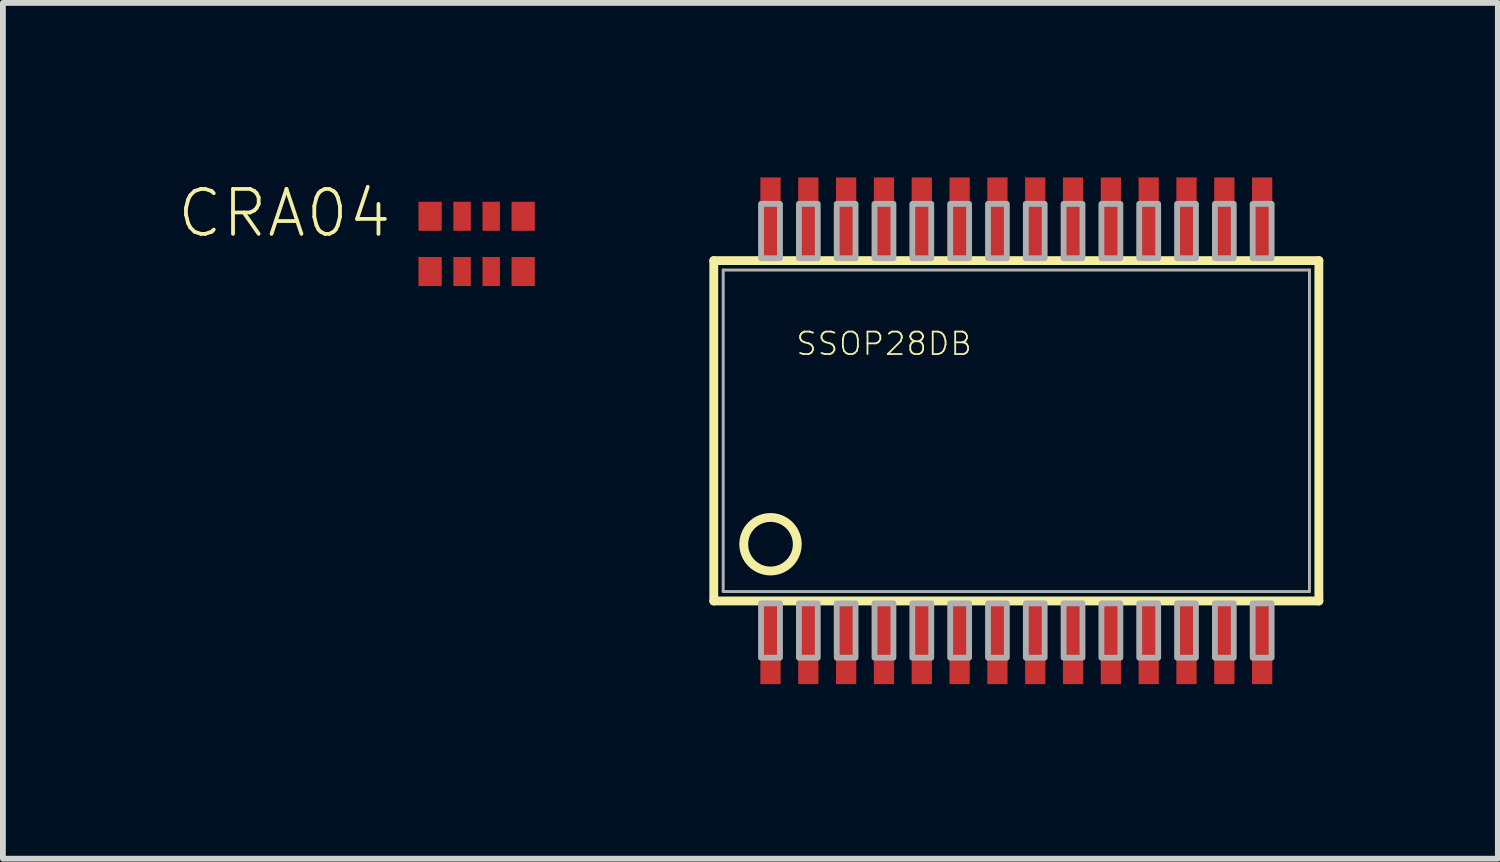
<source format=kicad_pcb>
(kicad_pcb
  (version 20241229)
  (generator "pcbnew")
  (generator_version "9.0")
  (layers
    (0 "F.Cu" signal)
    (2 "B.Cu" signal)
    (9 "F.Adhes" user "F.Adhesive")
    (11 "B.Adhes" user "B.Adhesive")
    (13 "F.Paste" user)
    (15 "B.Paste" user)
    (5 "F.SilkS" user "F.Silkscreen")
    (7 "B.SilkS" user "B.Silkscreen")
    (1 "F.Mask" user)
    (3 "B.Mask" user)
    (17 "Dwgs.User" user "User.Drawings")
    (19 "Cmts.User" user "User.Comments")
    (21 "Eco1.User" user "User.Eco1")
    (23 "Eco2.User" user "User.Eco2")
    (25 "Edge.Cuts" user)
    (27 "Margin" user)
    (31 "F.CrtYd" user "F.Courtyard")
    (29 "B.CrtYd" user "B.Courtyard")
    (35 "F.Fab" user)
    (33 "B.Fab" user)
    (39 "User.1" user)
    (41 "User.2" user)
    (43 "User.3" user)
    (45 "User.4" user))
  (footprint "SSOP28DB"
    (layer "F.Cu")
    (at 14.418 4.354)
    (property "Reference" "SSOP28DB" (at -3.81 -1.27 0) (layer "F.SilkS") (effects (font (size 0.386 0.386) (thickness 0.031)) (justify left bottom)))
    (attr through_hole)
    (fp_line (start -5.2 -2.925) (end 5.2 -2.925) (stroke (width 0.152) (type solid)) (layer "F.SilkS"))
    (fp_line (start -5.2 2.925) (end -5.2 -2.925) (stroke (width 0.152) (type solid)) (layer "F.SilkS"))
    (fp_line (start 5.2 -2.925) (end 5.2 2.925) (stroke (width 0.152) (type solid)) (layer "F.SilkS"))
    (fp_line (start 5.2 2.925) (end -5.2 2.925) (stroke (width 0.152) (type solid)) (layer "F.SilkS"))
    (fp_circle (center -4.225 1.95) (end -3.765 1.95) (stroke (width 0.152) (type solid)) (fill no) (layer "F.SilkS"))
    (fp_line (start -5.038 -2.763) (end 5.038 -2.763) (stroke (width 0.051) (type solid)) (layer "F.Fab"))
    (fp_line (start -5.038 2.763) (end -5.038 -2.763) (stroke (width 0.051) (type solid)) (layer "F.Fab"))
    (fp_line (start 5.038 -2.763) (end 5.038 2.763) (stroke (width 0.051) (type solid)) (layer "F.Fab"))
    (fp_line (start 5.038 2.763) (end -5.038 2.763) (stroke (width 0.051) (type solid)) (layer "F.Fab"))
    (fp_poly (pts (xy -4.388 -2.966) (xy -4.062 -2.966) (xy -4.062 -3.9) (xy -4.388 -3.9)) (stroke (width 0.1) (type solid)) (fill no) (layer "F.Fab"))
    (fp_poly (pts (xy -4.388 3.9) (xy -4.062 3.9) (xy -4.062 2.966) (xy -4.388 2.966)) (stroke (width 0.1) (type solid)) (fill no) (layer "F.Fab"))
    (fp_poly (pts (xy -3.737 -2.966) (xy -3.413 -2.966) (xy -3.413 -3.9) (xy -3.737 -3.9)) (stroke (width 0.1) (type solid)) (fill no) (layer "F.Fab"))
    (fp_poly (pts (xy -3.737 3.9) (xy -3.413 3.9) (xy -3.413 2.966) (xy -3.737 2.966)) (stroke (width 0.1) (type solid)) (fill no) (layer "F.Fab"))
    (fp_poly (pts (xy -3.087 -2.966) (xy -2.763 -2.966) (xy -2.763 -3.9) (xy -3.087 -3.9)) (stroke (width 0.1) (type solid)) (fill no) (layer "F.Fab"))
    (fp_poly (pts (xy -3.087 3.9) (xy -2.763 3.9) (xy -2.763 2.966) (xy -3.087 2.966)) (stroke (width 0.1) (type solid)) (fill no) (layer "F.Fab"))
    (fp_poly (pts (xy -2.438 -2.966) (xy -2.112 -2.966) (xy -2.112 -3.9) (xy -2.438 -3.9)) (stroke (width 0.1) (type solid)) (fill no) (layer "F.Fab"))
    (fp_poly (pts (xy -2.438 3.9) (xy -2.112 3.9) (xy -2.112 2.966) (xy -2.438 2.966)) (stroke (width 0.1) (type solid)) (fill no) (layer "F.Fab"))
    (fp_poly (pts (xy -1.788 -2.966) (xy -1.462 -2.966) (xy -1.462 -3.9) (xy -1.788 -3.9)) (stroke (width 0.1) (type solid)) (fill no) (layer "F.Fab"))
    (fp_poly (pts (xy -1.788 3.9) (xy -1.462 3.9) (xy -1.462 2.966) (xy -1.788 2.966)) (stroke (width 0.1) (type solid)) (fill no) (layer "F.Fab"))
    (fp_poly (pts (xy -1.137 -2.966) (xy -0.812 -2.966) (xy -0.812 -3.9) (xy -1.137 -3.9)) (stroke (width 0.1) (type solid)) (fill no) (layer "F.Fab"))
    (fp_poly (pts (xy -1.137 3.9) (xy -0.812 3.9) (xy -0.812 2.966) (xy -1.137 2.966)) (stroke (width 0.1) (type solid)) (fill no) (layer "F.Fab"))
    (fp_poly (pts (xy -0.487 -2.966) (xy -0.163 -2.966) (xy -0.163 -3.9) (xy -0.487 -3.9)) (stroke (width 0.1) (type solid)) (fill no) (layer "F.Fab"))
    (fp_poly (pts (xy -0.487 3.9) (xy -0.163 3.9) (xy -0.163 2.966) (xy -0.487 2.966)) (stroke (width 0.1) (type solid)) (fill no) (layer "F.Fab"))
    (fp_poly (pts (xy 0.163 -2.966) (xy 0.487 -2.966) (xy 0.487 -3.9) (xy 0.163 -3.9)) (stroke (width 0.1) (type solid)) (fill no) (layer "F.Fab"))
    (fp_poly (pts (xy 0.163 3.9) (xy 0.487 3.9) (xy 0.487 2.966) (xy 0.163 2.966)) (stroke (width 0.1) (type solid)) (fill no) (layer "F.Fab"))
    (fp_poly (pts (xy 0.812 -2.966) (xy 1.137 -2.966) (xy 1.137 -3.9) (xy 0.812 -3.9)) (stroke (width 0.1) (type solid)) (fill no) (layer "F.Fab"))
    (fp_poly (pts (xy 0.812 3.9) (xy 1.137 3.9) (xy 1.137 2.966) (xy 0.812 2.966)) (stroke (width 0.1) (type solid)) (fill no) (layer "F.Fab"))
    (fp_poly (pts (xy 1.462 -2.966) (xy 1.788 -2.966) (xy 1.788 -3.9) (xy 1.462 -3.9)) (stroke (width 0.1) (type solid)) (fill no) (layer "F.Fab"))
    (fp_poly (pts (xy 1.462 3.9) (xy 1.788 3.9) (xy 1.788 2.966) (xy 1.462 2.966)) (stroke (width 0.1) (type solid)) (fill no) (layer "F.Fab"))
    (fp_poly (pts (xy 2.112 -2.966) (xy 2.438 -2.966) (xy 2.438 -3.9) (xy 2.112 -3.9)) (stroke (width 0.1) (type solid)) (fill no) (layer "F.Fab"))
    (fp_poly (pts (xy 2.112 3.9) (xy 2.438 3.9) (xy 2.438 2.966) (xy 2.112 2.966)) (stroke (width 0.1) (type solid)) (fill no) (layer "F.Fab"))
    (fp_poly (pts (xy 2.763 -2.966) (xy 3.087 -2.966) (xy 3.087 -3.9) (xy 2.763 -3.9)) (stroke (width 0.1) (type solid)) (fill no) (layer "F.Fab"))
    (fp_poly (pts (xy 2.763 3.9) (xy 3.087 3.9) (xy 3.087 2.966) (xy 2.763 2.966)) (stroke (width 0.1) (type solid)) (fill no) (layer "F.Fab"))
    (fp_poly (pts (xy 3.413 -2.966) (xy 3.737 -2.966) (xy 3.737 -3.9) (xy 3.413 -3.9)) (stroke (width 0.1) (type solid)) (fill no) (layer "F.Fab"))
    (fp_poly (pts (xy 3.413 3.9) (xy 3.737 3.9) (xy 3.737 2.966) (xy 3.413 2.966)) (stroke (width 0.1) (type solid)) (fill no) (layer "F.Fab"))
    (fp_poly (pts (xy 4.062 -2.966) (xy 4.388 -2.966) (xy 4.388 -3.9) (xy 4.062 -3.9)) (stroke (width 0.1) (type solid)) (fill no) (layer "F.Fab"))
    (fp_poly (pts (xy 4.062 3.9) (xy 4.388 3.9) (xy 4.388 2.966) (xy 4.062 2.966)) (stroke (width 0.1) (type solid)) (fill no) (layer "F.Fab"))
    (pad "1" smd rect (at -4.225 3.656) (size 0.348 1.397) (layers "F.Cu" "F.Mask" "F.Paste"))
    (pad "2" smd rect (at -3.575 3.656) (size 0.348 1.397) (layers "F.Cu" "F.Mask" "F.Paste"))
    (pad "3" smd rect (at -2.925 3.656) (size 0.348 1.397) (layers "F.Cu" "F.Mask" "F.Paste"))
    (pad "4" smd rect (at -2.275 3.656) (size 0.348 1.397) (layers "F.Cu" "F.Mask" "F.Paste"))
    (pad "5" smd rect (at -1.625 3.656) (size 0.348 1.397) (layers "F.Cu" "F.Mask" "F.Paste"))
    (pad "6" smd rect (at -0.975 3.656) (size 0.348 1.397) (layers "F.Cu" "F.Mask" "F.Paste"))
    (pad "7" smd rect (at -0.325 3.656) (size 0.348 1.397) (layers "F.Cu" "F.Mask" "F.Paste"))
    (pad "8" smd rect (at 0.325 3.656) (size 0.348 1.397) (layers "F.Cu" "F.Mask" "F.Paste"))
    (pad "9" smd rect (at 0.975 3.656) (size 0.348 1.397) (layers "F.Cu" "F.Mask" "F.Paste"))
    (pad "10" smd rect (at 1.625 3.656) (size 0.348 1.397) (layers "F.Cu" "F.Mask" "F.Paste"))
    (pad "11" smd rect (at 2.275 3.656) (size 0.348 1.397) (layers "F.Cu" "F.Mask" "F.Paste"))
    (pad "12" smd rect (at 2.925 3.656) (size 0.348 1.397) (layers "F.Cu" "F.Mask" "F.Paste"))
    (pad "13" smd rect (at 3.575 3.656) (size 0.348 1.397) (layers "F.Cu" "F.Mask" "F.Paste"))
    (pad "14" smd rect (at 4.225 3.656) (size 0.348 1.397) (layers "F.Cu" "F.Mask" "F.Paste"))
    (pad "15" smd rect (at 4.225 -3.656) (size 0.348 1.397) (layers "F.Cu" "F.Mask" "F.Paste"))
    (pad "16" smd rect (at 3.575 -3.656) (size 0.348 1.397) (layers "F.Cu" "F.Mask" "F.Paste"))
    (pad "17" smd rect (at 2.925 -3.656) (size 0.348 1.397) (layers "F.Cu" "F.Mask" "F.Paste"))
    (pad "18" smd rect (at 2.275 -3.656) (size 0.348 1.397) (layers "F.Cu" "F.Mask" "F.Paste"))
    (pad "19" smd rect (at 1.625 -3.656) (size 0.348 1.397) (layers "F.Cu" "F.Mask" "F.Paste"))
    (pad "20" smd rect (at 0.975 -3.656) (size 0.348 1.397) (layers "F.Cu" "F.Mask" "F.Paste"))
    (pad "21" smd rect (at 0.325 -3.656) (size 0.348 1.397) (layers "F.Cu" "F.Mask" "F.Paste"))
    (pad "22" smd rect (at -0.325 -3.656) (size 0.348 1.397) (layers "F.Cu" "F.Mask" "F.Paste"))
    (pad "23" smd rect (at -0.975 -3.656) (size 0.348 1.397) (layers "F.Cu" "F.Mask" "F.Paste"))
    (pad "24" smd rect (at -1.625 -3.656) (size 0.348 1.397) (layers "F.Cu" "F.Mask" "F.Paste"))
    (pad "25" smd rect (at -2.275 -3.656) (size 0.348 1.397) (layers "F.Cu" "F.Mask" "F.Paste"))
    (pad "26" smd rect (at -2.925 -3.656) (size 0.348 1.397) (layers "F.Cu" "F.Mask" "F.Paste"))
    (pad "27" smd rect (at -3.575 -3.656) (size 0.348 1.397) (layers "F.Cu" "F.Mask" "F.Paste"))
    (pad "28" smd rect (at -4.225 -3.656) (size 0.348 1.397) (layers "F.Cu" "F.Mask" "F.Paste")))
  (footprint "CRA04"
    (layer "F.Cu")
    (at 5.142 1.142)
    (property "Reference" "CRA04" (at -1.424 -0.978 0) (layer "F.SilkS") (effects (font (size 0.772 0.772) (thickness 0.065)) (justify right top)))
    (attr through_hole)
    (pad "1" smd rect (at -0.8 0.475) (size 0.4 0.5) (layers "F.Cu" "F.Mask" "F.Paste"))
    (pad "2" smd rect (at -0.25 0.475) (size 0.3 0.5) (layers "F.Cu" "F.Mask" "F.Paste"))
    (pad "3" smd rect (at 0.25 0.475) (size 0.3 0.5) (layers "F.Cu" "F.Mask" "F.Paste"))
    (pad "4" smd rect (at 0.8 0.475) (size 0.4 0.5) (layers "F.Cu" "F.Mask" "F.Paste"))
    (pad "5" smd rect (at 0.8 -0.475) (size 0.4 0.5) (layers "F.Cu" "F.Mask" "F.Paste"))
    (pad "6" smd rect (at 0.25 -0.475) (size 0.3 0.5) (layers "F.Cu" "F.Mask" "F.Paste"))
    (pad "7" smd rect (at -0.25 -0.475) (size 0.3 0.5) (layers "F.Cu" "F.Mask" "F.Paste"))
    (pad "8" smd rect (at -0.8 -0.475) (size 0.4 0.5) (layers "F.Cu" "F.Mask" "F.Paste")))
  (gr_rect
    (start -3 -3)
    (end 22.694 11.709)
    (stroke (width 0.1) (type default))
    (fill no)
    (layer "Edge.Cuts")))
</source>
